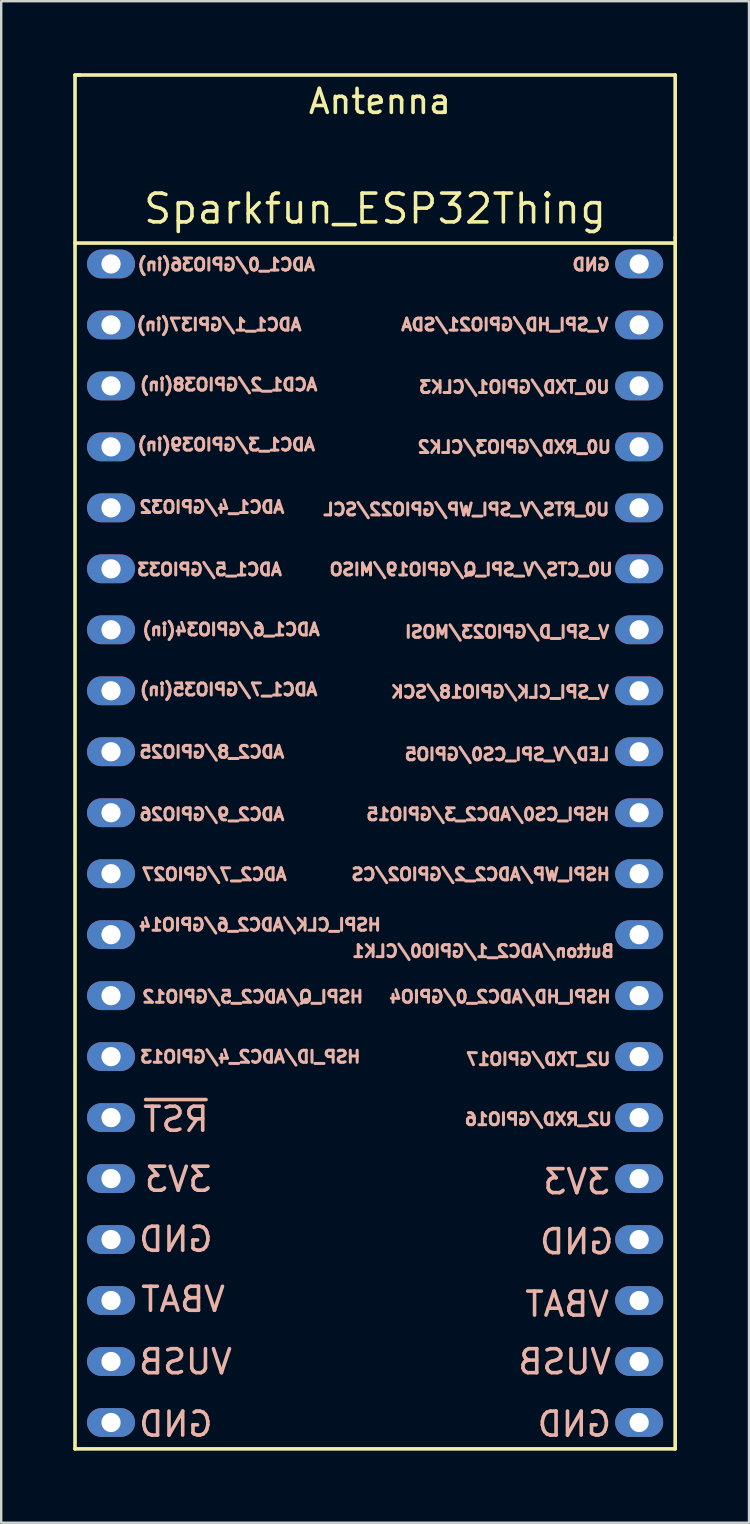
<source format=kicad_pcb>
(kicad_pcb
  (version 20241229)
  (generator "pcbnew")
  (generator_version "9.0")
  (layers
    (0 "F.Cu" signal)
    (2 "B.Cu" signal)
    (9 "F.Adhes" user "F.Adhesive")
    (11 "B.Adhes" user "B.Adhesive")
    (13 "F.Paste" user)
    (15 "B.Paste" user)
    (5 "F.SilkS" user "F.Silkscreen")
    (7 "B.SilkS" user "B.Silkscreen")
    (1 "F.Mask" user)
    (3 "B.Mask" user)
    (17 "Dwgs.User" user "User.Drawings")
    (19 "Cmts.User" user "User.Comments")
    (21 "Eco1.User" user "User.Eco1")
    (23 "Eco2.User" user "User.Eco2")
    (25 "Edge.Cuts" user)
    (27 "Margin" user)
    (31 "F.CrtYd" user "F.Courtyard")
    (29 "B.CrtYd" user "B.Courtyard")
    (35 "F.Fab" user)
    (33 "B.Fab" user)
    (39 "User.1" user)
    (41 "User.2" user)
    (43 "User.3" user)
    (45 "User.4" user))
  (footprint "Sparkfun_ESP32Thing"
    (layer "F.Cu")
    (at 12.575 32.075)
    (property "Reference" "Sparkfun_ESP32Thing" (at 0 -26.43 0) (layer "F.SilkS") (effects (font (size 1.2 1.2) (thickness 0.15))))
    (attr through_hole)
    (fp_line (start -12.5 -32) (end -12.3 -32) (stroke (width 0.15) (type solid)) (layer "F.SilkS"))
    (fp_line (start -12.5 -25.3) (end -12.5 -32) (stroke (width 0.15) (type solid)) (layer "F.SilkS"))
    (fp_line (start -12.5 -25) (end 12.5 -25) (stroke (width 0.15) (type solid)) (layer "F.SilkS"))
    (fp_line (start -12.5 25.23) (end 12.5 25.23) (stroke (width 0.15) (type solid)) (layer "F.SilkS"))
    (fp_line (start -12.5 -25.23) (end -12.5 25.23) (stroke (width 0.15) (type solid)) (layer "F.SilkS"))
    (fp_line (start 12.5 25.23) (end 12.5 -25.23) (stroke (width 0.15) (type solid)) (layer "F.SilkS"))
    (fp_line (start 12.5 -32) (end -12.4 -32) (stroke (width 0.15) (type solid)) (layer "F.SilkS"))
    (fp_line (start 12.5 -25.2) (end 12.5 -32) (stroke (width 0.15) (type solid)) (layer "F.SilkS"))
    (fp_text user "Antenna" (at 0.2 -30.9 0) (layer "F.SilkS") (effects (font (size 1 1) (thickness 0.15))))
    (fp_text user "VBAT" (at 8 19.2 0) (layer "B.SilkS") (effects (font (size 1 1) (thickness 0.15)) (justify mirror)))
    (fp_text user "ADC2_7/GPIO27" (at -6.7 1.3 0) (layer "B.SilkS") (effects (font (size 0.5 0.5) (thickness 0.125)) (justify mirror)))
    (fp_text user "HSPI_CS0/ADC2_3/GPIO15" (at 4.7 -1.2 0) (layer "B.SilkS") (effects (font (size 0.5 0.5) (thickness 0.125)) (justify mirror)))
    (fp_text user "VBAT" (at -8 19 0) (layer "B.SilkS") (effects (font (size 1 1) (thickness 0.15)) (justify mirror)))
    (fp_text user "U0_TXD/GPIO1/CLK3" (at 5.8 -19 0) (layer "B.SilkS") (effects (font (size 0.5 0.5) (thickness 0.125)) (justify mirror)))
    (fp_text user "ADC1_7/GPIO35(in)" (at -6.1 -6.4 0) (layer "B.SilkS") (effects (font (size 0.5 0.5) (thickness 0.125)) (justify mirror)))
    (fp_text user "ADC1_6/GPIO34(in)" (at -6 -8.9 0) (layer "B.SilkS") (effects (font (size 0.5 0.5) (thickness 0.125)) (justify mirror)))
    (fp_text user "ACD1_2/GPIO38(in)" (at -6.1 -19.1 0) (layer "B.SilkS") (effects (font (size 0.5 0.5) (thickness 0.125)) (justify mirror)))
    (fp_text user "ADC1_4/GPIO32" (at -6.8 -14 0) (layer "B.SilkS") (effects (font (size 0.5 0.5) (thickness 0.125)) (justify mirror)))
    (fp_text user "V_SPI_CLK/GPIO18/SCK" (at 5.2 -6.3 0) (layer "B.SilkS") (effects (font (size 0.5 0.5) (thickness 0.125)) (justify mirror)))
    (fp_text user "~{RST}" (at -8.3 11.5 0) (layer "B.SilkS") (effects (font (size 1 1) (thickness 0.15)) (justify mirror)))
    (fp_text user "3V3" (at -8.2 14 0) (layer "B.SilkS") (effects (font (size 1 1) (thickness 0.15)) (justify mirror)))
    (fp_text user "U0_RXD/GPIO3/CLK2" (at 5.8 -16.5 0) (layer "B.SilkS") (effects (font (size 0.5 0.5) (thickness 0.125)) (justify mirror)))
    (fp_text user "GND" (at -8.3 16.5 0) (layer "B.SilkS") (effects (font (size 1 1) (thickness 0.15)) (justify mirror)))
    (fp_text user "GND" (at 8.4 16.6 0) (layer "B.SilkS") (effects (font (size 1 1) (thickness 0.15)) (justify mirror)))
    (fp_text user "VUSB" (at -7.9 21.6 0) (layer "B.SilkS") (effects (font (size 1 1) (thickness 0.15)) (justify mirror)))
    (fp_text user "ADC2_8/GPIO25" (at -6.8 -3.8 0) (layer "B.SilkS") (effects (font (size 0.5 0.5) (thickness 0.125)) (justify mirror)))
    (fp_text user "LED/V_SPI_CS0/GPIO5" (at 5.5 -3.7 0) (layer "B.SilkS") (effects (font (size 0.5 0.5) (thickness 0.125)) (justify mirror)))
    (fp_text user "Button/ADC2_1/GPIO0/CLK1" (at 4.5 4.5 0) (layer "B.SilkS") (effects (font (size 0.5 0.5) (thickness 0.125)) (justify mirror)))
    (fp_text user "U2_TXD/GPIO17" (at 6.8 9 0) (layer "B.SilkS") (effects (font (size 0.5 0.5) (thickness 0.125)) (justify mirror)))
    (fp_text user "HSPI_CLK/ADC2_6/GPIO14" (at -4.8 3.4 0) (layer "B.SilkS") (effects (font (size 0.5 0.5) (thickness 0.125)) (justify mirror)))
    (fp_text user "ADC1_0/GPIO36(in)" (at -6.2 -24.1 0) (layer "B.SilkS") (effects (font (size 0.5 0.5) (thickness 0.125)) (justify mirror)))
    (fp_text user "VUSB" (at 7.9 21.6 0) (layer "B.SilkS") (effects (font (size 1 1) (thickness 0.15)) (justify mirror)))
    (fp_text user "V_SPI_D/GPIO23/MOSI" (at 5.5 -8.8 0) (layer "B.SilkS") (effects (font (size 0.5 0.5) (thickness 0.125)) (justify mirror)))
    (fp_text user "GND" (at 8.3 24.2 0) (layer "B.SilkS") (effects (font (size 1 1) (thickness 0.15)) (justify mirror)))
    (fp_text user "HSP_ID/ADC2_4/GPIO13" (at -5.2 8.9 0) (layer "B.SilkS") (effects (font (size 0.5 0.5) (thickness 0.125)) (justify mirror)))
    (fp_text user "ADC2_9/GPIO26" (at -6.8 -1.2 0) (layer "B.SilkS") (effects (font (size 0.5 0.5) (thickness 0.125)) (justify mirror)))
    (fp_text user "ADC1_5/GPIO33" (at -6.9 -11.4 0) (layer "B.SilkS") (effects (font (size 0.5 0.5) (thickness 0.125)) (justify mirror)))
    (fp_text user "GND" (at 9 -24.1 0) (layer "B.SilkS") (effects (font (size 0.5 0.5) (thickness 0.125)) (justify mirror)))
    (fp_text user "HSPI_Q/ADC2_5/GPIO12" (at -5.1 6.4 0) (layer "B.SilkS") (effects (font (size 0.5 0.5) (thickness 0.125)) (justify mirror)))
    (fp_text user "3V3" (at 8.4 14.1 0) (layer "B.SilkS") (effects (font (size 1 1) (thickness 0.15)) (justify mirror)))
    (fp_text user "U2_RXD/GPIO16" (at 6.8 11.5 0) (layer "B.SilkS") (effects (font (size 0.5 0.5) (thickness 0.125)) (justify mirror)))
    (fp_text user "ADC1_3/GPIO39(in)" (at -6.2 -16.6 0) (layer "B.SilkS") (effects (font (size 0.5 0.5) (thickness 0.125)) (justify mirror)))
    (fp_text user "U0_RTS/V_SPI_WP/GPIO22/SCL" (at 3.8 -13.9 0) (layer "B.SilkS") (effects (font (size 0.5 0.5) (thickness 0.125)) (justify mirror)))
    (fp_text user "HSPI_WP/ADC2_2/GPIO2/CS" (at 4.4 1.3 0) (layer "B.SilkS") (effects (font (size 0.5 0.5) (thickness 0.125)) (justify mirror)))
    (fp_text user "HSPI_HD/ADC2_0/GPIO4" (at 5.2 6.4 0) (layer "B.SilkS") (effects (font (size 0.5 0.5) (thickness 0.125)) (justify mirror)))
    (fp_text user "GND" (at -8.3 24.2 0) (layer "B.SilkS") (effects (font (size 1 1) (thickness 0.15)) (justify mirror)))
    (fp_text user "V_SPI_HD/GPIO21/SDA" (at 5.4 -21.6 0) (layer "B.SilkS") (effects (font (size 0.5 0.5) (thickness 0.125)) (justify mirror)))
    (fp_text user "ADC1_1/GPI37(in)" (at -6.5 -21.6 0) (layer "B.SilkS") (effects (font (size 0.5 0.5) (thickness 0.125)) (justify mirror)))
    (fp_text user "U0_CTS/V_SPI_Q/GPIO19/MISO" (at 4 -11.4 0) (layer "B.SilkS") (effects (font (size 0.5 0.5) (thickness 0.125)) (justify mirror)))
    (pad "1" thru_hole oval (at -11 -24.13 270) (size 1.2 2) (drill 0.8) (layers "*.Cu" "*.Mask"))
    (pad "2" thru_hole oval (at -11 -21.59 270) (size 1.2 2) (drill 0.8) (layers "*.Cu" "*.Mask"))
    (pad "3" thru_hole oval (at -11 -19.05 270) (size 1.2 2) (drill 0.8) (layers "*.Cu" "*.Mask"))
    (pad "4" thru_hole oval (at -11 -16.51 270) (size 1.2 2) (drill 0.8) (layers "*.Cu" "*.Mask"))
    (pad "5" thru_hole oval (at -11 -13.97 270) (size 1.2 2) (drill 0.8) (layers "*.Cu" "*.Mask"))
    (pad "6" thru_hole oval (at -11 -11.43 270) (size 1.2 2) (drill 0.8) (layers "*.Cu" "*.Mask"))
    (pad "7" thru_hole oval (at -11 -8.89 270) (size 1.2 2) (drill 0.8) (layers "*.Cu" "*.Mask"))
    (pad "8" thru_hole oval (at -11 -6.35 270) (size 1.2 2) (drill 0.8) (layers "*.Cu" "*.Mask"))
    (pad "9" thru_hole oval (at -11 -3.81 270) (size 1.2 2) (drill 0.8) (layers "*.Cu" "*.Mask"))
    (pad "10" thru_hole oval (at -11 -1.27 270) (size 1.2 2) (drill 0.8) (layers "*.Cu" "*.Mask"))
    (pad "11" thru_hole oval (at -11 1.27 270) (size 1.2 2) (drill 0.8) (layers "*.Cu" "*.Mask"))
    (pad "12" thru_hole oval (at -11 3.81 270) (size 1.2 2) (drill 0.8) (layers "*.Cu" "*.Mask"))
    (pad "13" thru_hole oval (at -11 6.35 270) (size 1.2 2) (drill 0.8) (layers "*.Cu" "*.Mask"))
    (pad "14" thru_hole oval (at -11 8.89 270) (size 1.2 2) (drill 0.8) (layers "*.Cu" "*.Mask"))
    (pad "15" thru_hole oval (at -11 11.43 270) (size 1.2 2) (drill 0.8) (layers "*.Cu" "*.Mask"))
    (pad "16" thru_hole oval (at -11 13.97 270) (size 1.2 2) (drill 0.8) (layers "*.Cu" "*.Mask"))
    (pad "17" thru_hole oval (at -11 16.51 270) (size 1.2 2) (drill 0.8) (layers "*.Cu" "*.Mask"))
    (pad "18" thru_hole oval (at -11 19.05 270) (size 1.2 2) (drill 0.8) (layers "*.Cu" "*.Mask"))
    (pad "19" thru_hole oval (at -11 21.59 270) (size 1.2 2) (drill 0.8) (layers "*.Cu" "*.Mask"))
    (pad "20" thru_hole oval (at -11 24.13 270) (size 1.2 2) (drill 0.8) (layers "*.Cu" "*.Mask"))
    (pad "21" thru_hole oval (at 11 24.13 270) (size 1.2 2) (drill 0.8) (layers "*.Cu" "*.Mask"))
    (pad "22" thru_hole oval (at 11 21.59 270) (size 1.2 2) (drill 0.8) (layers "*.Cu" "*.Mask"))
    (pad "23" thru_hole oval (at 11 19.05 270) (size 1.2 2) (drill 0.8) (layers "*.Cu" "*.Mask"))
    (pad "24" thru_hole oval (at 11 16.51 270) (size 1.2 2) (drill 0.8) (layers "*.Cu" "*.Mask"))
    (pad "25" thru_hole oval (at 11 13.97 270) (size 1.2 2) (drill 0.8) (layers "*.Cu" "*.Mask"))
    (pad "26" thru_hole oval (at 11 11.43 270) (size 1.2 2) (drill 0.8) (layers "*.Cu" "*.Mask"))
    (pad "27" thru_hole oval (at 11 8.89 270) (size 1.2 2) (drill 0.8) (layers "*.Cu" "*.Mask"))
    (pad "28" thru_hole oval (at 11 6.35 270) (size 1.2 2) (drill 0.8) (layers "*.Cu" "*.Mask"))
    (pad "29" thru_hole oval (at 11 3.81 270) (size 1.2 2) (drill 0.8) (layers "*.Cu" "*.Mask"))
    (pad "30" thru_hole oval (at 11 1.27 270) (size 1.2 2) (drill 0.8) (layers "*.Cu" "*.Mask"))
    (pad "31" thru_hole oval (at 11 -1.27 270) (size 1.2 2) (drill 0.8) (layers "*.Cu" "*.Mask"))
    (pad "32" thru_hole oval (at 11 -3.81 270) (size 1.2 2) (drill 0.8) (layers "*.Cu" "*.Mask"))
    (pad "33" thru_hole oval (at 11 -6.35 270) (size 1.2 2) (drill 0.8) (layers "*.Cu" "*.Mask"))
    (pad "34" thru_hole oval (at 11 -8.89 270) (size 1.2 2) (drill 0.8) (layers "*.Cu" "*.Mask"))
    (pad "35" thru_hole oval (at 11 -11.43 270) (size 1.2 2) (drill 0.8) (layers "*.Cu" "*.Mask"))
    (pad "36" thru_hole oval (at 11 -13.97 270) (size 1.2 2) (drill 0.8) (layers "*.Cu" "*.Mask"))
    (pad "37" thru_hole oval (at 11 -16.51 270) (size 1.2 2) (drill 0.8) (layers "*.Cu" "*.Mask"))
    (pad "38" thru_hole oval (at 11 -19.05 270) (size 1.2 2) (drill 0.8) (layers "*.Cu" "*.Mask"))
    (pad "39" thru_hole oval (at 11 -21.59 270) (size 1.2 2) (drill 0.8) (layers "*.Cu" "*.Mask"))
    (pad "40" thru_hole oval (at 11 -24.13 270) (size 1.2 2) (drill 0.8) (layers "*.Cu" "*.Mask")))
  (gr_rect
    (start -3 -3)
    (end 28.15 60.38)
    (stroke (width 0.1) (type default))
    (fill no)
    (layer "Edge.Cuts")))
</source>
